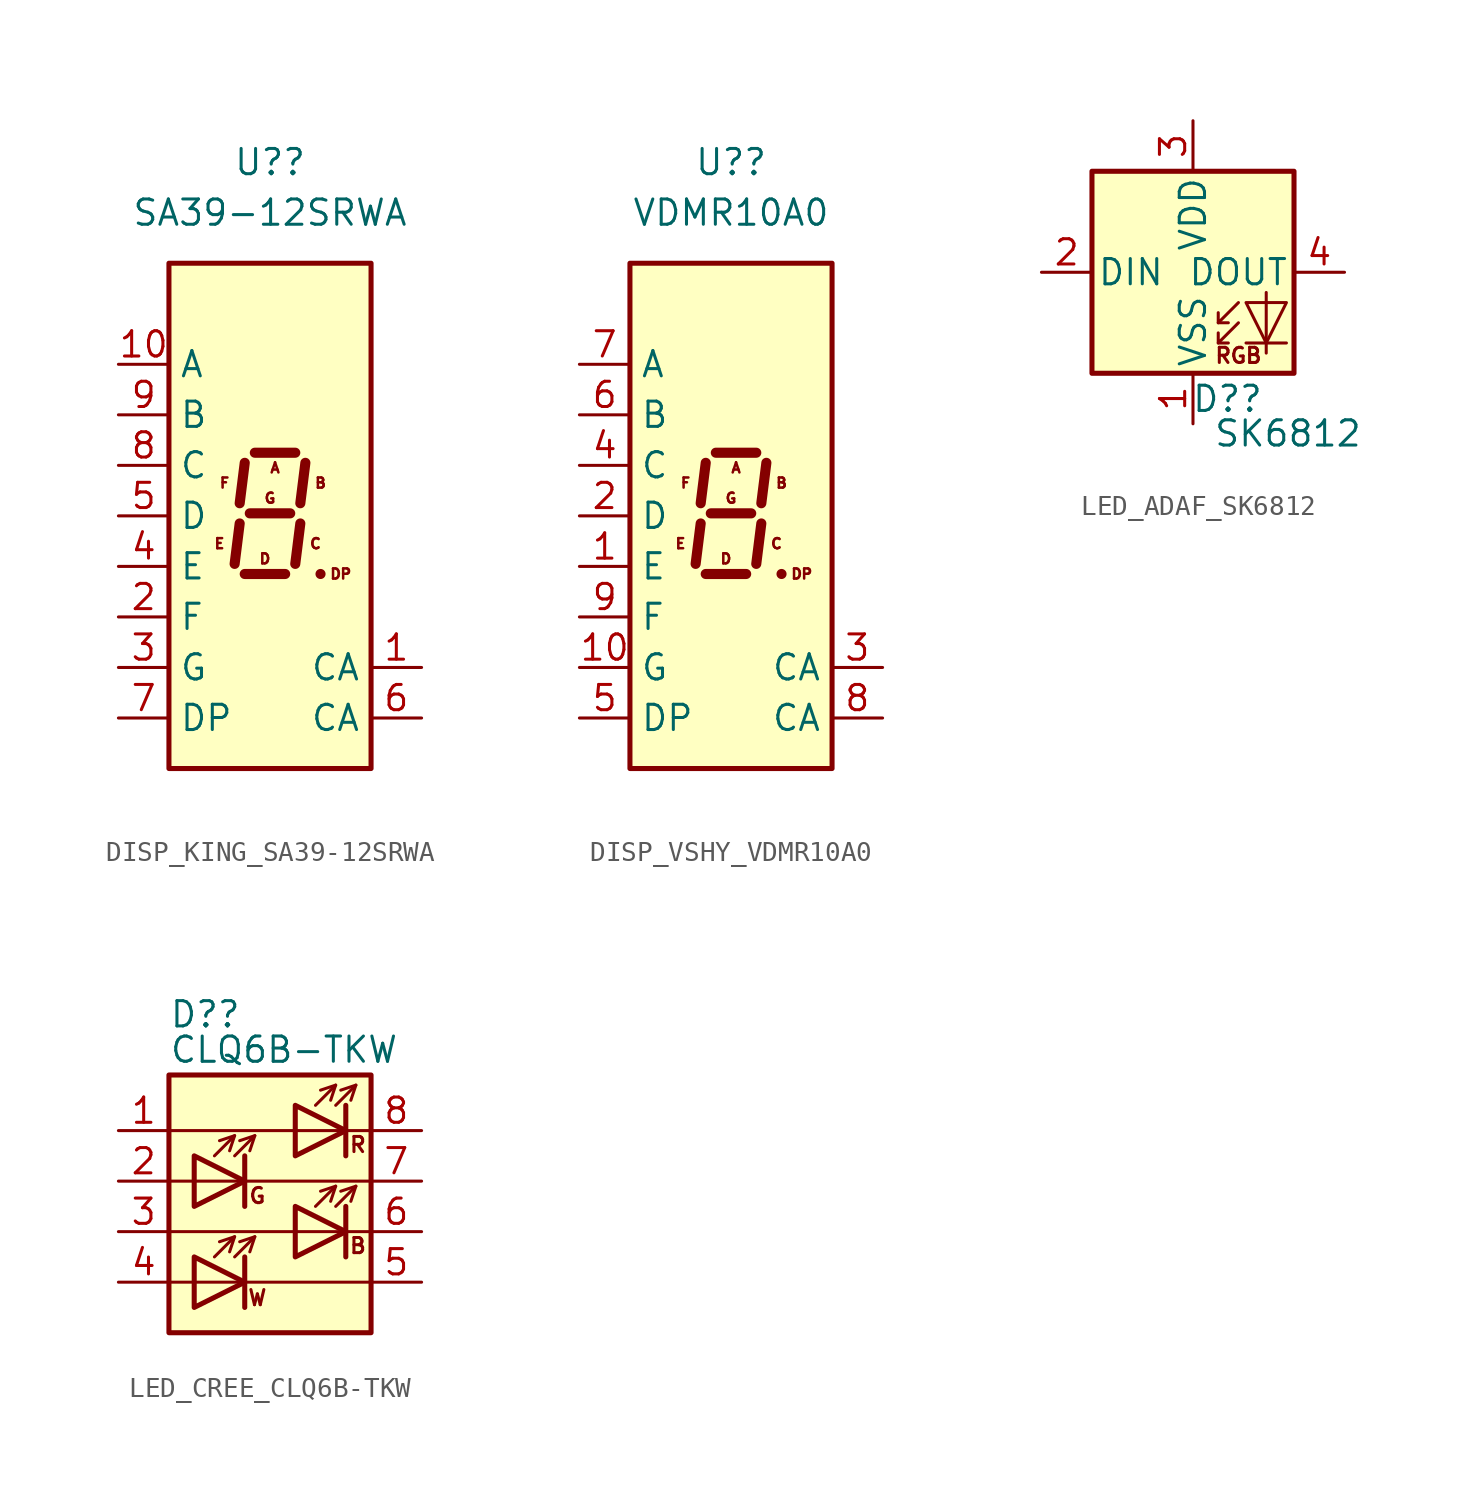
<source format=kicad_sym>
(kicad_symbol_lib
  (version 20231120)
  (generator "kicad_symbol_editor")
  (generator_version "8.0")
  (symbol "DISP_KING_SA39-12SRWA"
    (property "Reference" "U?"
      (at 0 17.78 0)
      (effects (font (size 1.27 1.27))))
    (property "Value" "SA39-12SRWA"
      (at 0 15.24 0)
      (effects (font (size 1.27 1.27))))
    (symbol "DISP_KING_SA39-12SRWA_1_0"
      (text "A" (at 0.254 2.413 0) (effects (font (size 0.508 0.508))))
      (text "B" (at 2.54 1.651 0) (effects (font (size 0.508 0.508))))
      (text "C" (at 2.286 -1.397 0) (effects (font (size 0.508 0.508))))
      (text "D" (at -0.254 -2.159 0) (effects (font (size 0.508 0.508))))
      (text "DP" (at 3.556 -2.921 0) (effects (font (size 0.508 0.508))))
      (text "E" (at -2.54 -1.397 0) (effects (font (size 0.508 0.508))))
      (text "F" (at -2.286 1.651 0) (effects (font (size 0.508 0.508))))
      (text "G" (at 0 0.889 0) (effects (font (size 0.508 0.508)))))
    (symbol "DISP_KING_SA39-12SRWA_1_1"
      (rectangle (start -5.08 12.7) (end 5.08 -12.7) (stroke (width 0.254) (type default)) (fill (type background)))
      (polyline (pts (xy -1.524 -0.381) (xy -1.778 -2.413)) (stroke (width 0.508) (type default)) (fill (type none)))
      (polyline (pts (xy -1.27 -2.921) (xy 0.762 -2.921)) (stroke (width 0.508) (type default)) (fill (type none)))
      (polyline (pts (xy -1.27 2.667) (xy -1.524 0.635)) (stroke (width 0.508) (type default)) (fill (type none)))
      (polyline (pts (xy -1.016 0.127) (xy 1.016 0.127)) (stroke (width 0.508) (type default)) (fill (type none)))
      (polyline (pts (xy -0.762 3.175) (xy 1.27 3.175)) (stroke (width 0.508) (type default)) (fill (type none)))
      (polyline (pts (xy 1.524 -0.381) (xy 1.27 -2.413)) (stroke (width 0.508) (type default)) (fill (type none)))
      (polyline (pts (xy 1.778 2.667) (xy 1.524 0.635)) (stroke (width 0.508) (type default)) (fill (type none)))
      (polyline (pts (xy 2.54 -2.921) (xy 2.54 -2.921)) (stroke (width 0.508) (type default)) (fill (type none)))
      (pin input line (at 7.62 -7.62 180) (length 2.54) (name "CA" (effects (font (size 1.27 1.27)))) (number "1" (effects (font (size 1.27 1.27)))))
      (pin input line (at -7.62 7.62 0) (length 2.54) (name "A" (effects (font (size 1.27 1.27)))) (number "10" (effects (font (size 1.27 1.27)))))
      (pin input line (at -7.62 -5.08 0) (length 2.54) (name "F" (effects (font (size 1.27 1.27)))) (number "2" (effects (font (size 1.27 1.27)))))
      (pin input line (at -7.62 -7.62 0) (length 2.54) (name "G" (effects (font (size 1.27 1.27)))) (number "3" (effects (font (size 1.27 1.27)))))
      (pin input line (at -7.62 -2.54 0) (length 2.54) (name "E" (effects (font (size 1.27 1.27)))) (number "4" (effects (font (size 1.27 1.27)))))
      (pin input line (at -7.62 0 0) (length 2.54) (name "D" (effects (font (size 1.27 1.27)))) (number "5" (effects (font (size 1.27 1.27)))))
      (pin input line (at 7.62 -10.16 180) (length 2.54) (name "CA" (effects (font (size 1.27 1.27)))) (number "6" (effects (font (size 1.27 1.27)))))
      (pin input line (at -7.62 -10.16 0) (length 2.54) (name "DP" (effects (font (size 1.27 1.27)))) (number "7" (effects (font (size 1.27 1.27)))))
      (pin input line (at -7.62 2.54 0) (length 2.54) (name "C" (effects (font (size 1.27 1.27)))) (number "8" (effects (font (size 1.27 1.27)))))
      (pin input line (at -7.62 5.08 0) (length 2.54) (name "B" (effects (font (size 1.27 1.27)))) (number "9" (effects (font (size 1.27 1.27)))))))
  (symbol "DISP_VSHY_VDMR10A0"
    (property "Reference" "U?"
      (at 0 17.78 0)
      (effects (font (size 1.27 1.27))))
    (property "Value" "VDMR10A0"
      (at 0 15.24 0)
      (effects (font (size 1.27 1.27))))
    (symbol "DISP_VSHY_VDMR10A0_1_0"
      (text "A" (at 0.254 2.413 0) (effects (font (size 0.508 0.508))))
      (text "B" (at 2.54 1.651 0) (effects (font (size 0.508 0.508))))
      (text "C" (at 2.286 -1.397 0) (effects (font (size 0.508 0.508))))
      (text "D" (at -0.254 -2.159 0) (effects (font (size 0.508 0.508))))
      (text "DP" (at 3.556 -2.921 0) (effects (font (size 0.508 0.508))))
      (text "E" (at -2.54 -1.397 0) (effects (font (size 0.508 0.508))))
      (text "F" (at -2.286 1.651 0) (effects (font (size 0.508 0.508))))
      (text "G" (at 0 0.889 0) (effects (font (size 0.508 0.508)))))
    (symbol "DISP_VSHY_VDMR10A0_1_1"
      (rectangle (start -5.08 12.7) (end 5.08 -12.7) (stroke (width 0.254) (type default)) (fill (type background)))
      (polyline (pts (xy -1.524 -0.381) (xy -1.778 -2.413)) (stroke (width 0.508) (type default)) (fill (type none)))
      (polyline (pts (xy -1.27 -2.921) (xy 0.762 -2.921)) (stroke (width 0.508) (type default)) (fill (type none)))
      (polyline (pts (xy -1.27 2.667) (xy -1.524 0.635)) (stroke (width 0.508) (type default)) (fill (type none)))
      (polyline (pts (xy -1.016 0.127) (xy 1.016 0.127)) (stroke (width 0.508) (type default)) (fill (type none)))
      (polyline (pts (xy -0.762 3.175) (xy 1.27 3.175)) (stroke (width 0.508) (type default)) (fill (type none)))
      (polyline (pts (xy 1.524 -0.381) (xy 1.27 -2.413)) (stroke (width 0.508) (type default)) (fill (type none)))
      (polyline (pts (xy 1.778 2.667) (xy 1.524 0.635)) (stroke (width 0.508) (type default)) (fill (type none)))
      (polyline (pts (xy 2.54 -2.921) (xy 2.54 -2.921)) (stroke (width 0.508) (type default)) (fill (type none)))
      (pin input line (at -7.62 -2.54 0) (length 2.54) (name "E" (effects (font (size 1.27 1.27)))) (number "1" (effects (font (size 1.27 1.27)))))
      (pin input line (at -7.62 -7.62 0) (length 2.54) (name "G" (effects (font (size 1.27 1.27)))) (number "10" (effects (font (size 1.27 1.27)))))
      (pin input line (at -7.62 0 0) (length 2.54) (name "D" (effects (font (size 1.27 1.27)))) (number "2" (effects (font (size 1.27 1.27)))))
      (pin input line (at 7.62 -7.62 180) (length 2.54) (name "CA" (effects (font (size 1.27 1.27)))) (number "3" (effects (font (size 1.27 1.27)))))
      (pin input line (at -7.62 2.54 0) (length 2.54) (name "C" (effects (font (size 1.27 1.27)))) (number "4" (effects (font (size 1.27 1.27)))))
      (pin input line (at -7.62 -10.16 0) (length 2.54) (name "DP" (effects (font (size 1.27 1.27)))) (number "5" (effects (font (size 1.27 1.27)))))
      (pin input line (at -7.62 5.08 0) (length 2.54) (name "B" (effects (font (size 1.27 1.27)))) (number "6" (effects (font (size 1.27 1.27)))))
      (pin input line (at -7.62 7.62 0) (length 2.54) (name "A" (effects (font (size 1.27 1.27)))) (number "7" (effects (font (size 1.27 1.27)))))
      (pin input line (at 7.62 -10.16 180) (length 2.54) (name "CA" (effects (font (size 1.27 1.27)))) (number "8" (effects (font (size 1.27 1.27)))))
      (pin input line (at -7.62 -5.08 0) (length 2.54) (name "F" (effects (font (size 1.27 1.27)))) (number "9" (effects (font (size 1.27 1.27)))))))
  (symbol "LED_ADAF_SK6812"
    (pin_names
      (offset 0.254))
    (property "Reference" "D?"
      (at 3.556 -7.112 0)
      (effects (font (size 1.27 1.27)) (justify right bottom)))
    (property "Value" "SK6812"
      (at 1.016 -7.366 0)
      (effects (font (size 1.27 1.27)) (justify left top)))
    (symbol "LED_ADAF_SK6812_0_0"
      (text "RGB" (at 2.286 -4.191 0) (effects (font (size 0.762 0.762)))))
    (symbol "LED_ADAF_SK6812_0_1"
      (rectangle (start -5.08 5.08) (end 5.08 -5.08) (stroke (width 0.254) (type default)) (fill (type background)))
      (polyline (pts (xy 1.27 -3.556) (xy 1.778 -3.556)) (stroke (width 0) (type default)) (fill (type none)))
      (polyline (pts (xy 1.27 -2.54) (xy 1.778 -2.54)) (stroke (width 0) (type default)) (fill (type none)))
      (polyline (pts (xy 4.699 -3.556) (xy 2.667 -3.556)) (stroke (width 0) (type default)) (fill (type none)))
      (polyline (pts (xy 2.286 -2.54) (xy 1.27 -3.556) (xy 1.27 -3.048)) (stroke (width 0) (type default)) (fill (type none)))
      (polyline (pts (xy 2.286 -1.524) (xy 1.27 -2.54) (xy 1.27 -2.032)) (stroke (width 0) (type default)) (fill (type none)))
      (polyline (pts (xy 3.683 -1.016) (xy 3.683 -3.556) (xy 3.683 -4.064)) (stroke (width 0) (type default)) (fill (type none)))
      (polyline (pts (xy 4.699 -1.524) (xy 2.667 -1.524) (xy 3.683 -3.556) (xy 4.699 -1.524)) (stroke (width 0) (type default)) (fill (type none))))
    (symbol "LED_ADAF_SK6812_1_1"
      (pin power_in line (at 0 -7.62 90) (length 2.54) (name "VSS" (effects (font (size 1.27 1.27)))) (number "1" (effects (font (size 1.27 1.27)))))
      (pin input line (at -7.62 0 0) (length 2.54) (name "DIN" (effects (font (size 1.27 1.27)))) (number "2" (effects (font (size 1.27 1.27)))))
      (pin power_in line (at 0 7.62 270) (length 2.54) (name "VDD" (effects (font (size 1.27 1.27)))) (number "3" (effects (font (size 1.27 1.27)))))
      (pin output line (at 7.62 0 180) (length 2.54) (name "DOUT" (effects (font (size 1.27 1.27)))) (number "4" (effects (font (size 1.27 1.27)))))))
  (symbol "LED_CREE_CLQ6B-TKW"
    (pin_names hide)
    (property "Reference" "D?"
      (at -5.08 10.922 0)
      (effects (font (size 1.27 1.27)) (justify left)))
    (property "Value" "CLQ6B-TKW"
      (at -5.08 9.144 0)
      (effects (font (size 1.27 1.27)) (justify left)))
    (symbol "LED_CREE_CLQ6B-TKW_0_0"
      (text "B" (at 4.42 -0.711 0) (effects (font (size 0.762 0.762))))
      (text "G" (at -0.635 1.803 0) (effects (font (size 0.762 0.762))))
      (text "R" (at 4.42 4.369 0) (effects (font (size 0.762 0.762))))
      (text "W" (at -0.635 -3.327 0) (effects (font (size 0.762 0.762)))))
    (symbol "LED_CREE_CLQ6B-TKW_0_1"
      (rectangle (start -5.08 7.874) (end 5.08 -5.08) (stroke (width 0.254) (type default)) (fill (type background)))
      (polyline (pts (xy -5.08 -2.54) (xy 5.08 -2.54)) (stroke (width 0) (type default)) (fill (type none)))
      (polyline (pts (xy -5.08 0) (xy 5.08 0)) (stroke (width 0) (type default)) (fill (type none)))
      (polyline (pts (xy -5.08 2.54) (xy 5.08 2.54)) (stroke (width 0) (type default)) (fill (type none)))
      (polyline (pts (xy -5.08 5.08) (xy 5.08 5.08)) (stroke (width 0) (type default)) (fill (type none)))
      (polyline (pts (xy -2.794 -1.27) (xy -1.778 -0.254)) (stroke (width 0) (type default)) (fill (type none)))
      (polyline (pts (xy -2.794 3.81) (xy -1.778 4.826)) (stroke (width 0) (type default)) (fill (type none)))
      (polyline (pts (xy -1.778 -1.27) (xy -0.762 -0.254)) (stroke (width 0) (type default)) (fill (type none)))
      (polyline (pts (xy -1.778 3.81) (xy -0.762 4.826)) (stroke (width 0) (type default)) (fill (type none)))
      (polyline (pts (xy -1.27 -1.27) (xy -1.27 -3.81)) (stroke (width 0.254) (type default)) (fill (type none)))
      (polyline (pts (xy -1.27 3.81) (xy -1.27 1.27)) (stroke (width 0.254) (type default)) (fill (type none)))
      (polyline (pts (xy 2.286 1.27) (xy 3.302 2.286)) (stroke (width 0) (type default)) (fill (type none)))
      (polyline (pts (xy 2.286 6.35) (xy 3.302 7.366)) (stroke (width 0) (type default)) (fill (type none)))
      (polyline (pts (xy 3.302 1.27) (xy 4.318 2.286)) (stroke (width 0) (type default)) (fill (type none)))
      (polyline (pts (xy 3.302 6.35) (xy 4.318 7.366)) (stroke (width 0) (type default)) (fill (type none)))
      (polyline (pts (xy 3.81 1.27) (xy 3.81 -1.27)) (stroke (width 0.254) (type default)) (fill (type none)))
      (polyline (pts (xy 3.81 6.35) (xy 3.81 3.81)) (stroke (width 0.254) (type default)) (fill (type none)))
      (polyline (pts (xy -2.032 -1.016) (xy -1.778 -0.254) (xy -2.54 -0.508)) (stroke (width 0) (type default)) (fill (type none)))
      (polyline (pts (xy -2.032 4.064) (xy -1.778 4.826) (xy -2.54 4.572)) (stroke (width 0) (type default)) (fill (type none)))
      (polyline (pts (xy -1.524 -0.508) (xy -0.762 -0.254) (xy -1.016 -1.016)) (stroke (width 0) (type default)) (fill (type none)))
      (polyline (pts (xy -1.524 4.572) (xy -0.762 4.826) (xy -1.016 4.064)) (stroke (width 0) (type default)) (fill (type none)))
      (polyline (pts (xy 3.048 1.524) (xy 3.302 2.286) (xy 2.54 2.032)) (stroke (width 0) (type default)) (fill (type none)))
      (polyline (pts (xy 3.048 6.604) (xy 3.302 7.366) (xy 2.54 7.112)) (stroke (width 0) (type default)) (fill (type none)))
      (polyline (pts (xy 3.556 2.032) (xy 4.318 2.286) (xy 4.064 1.524)) (stroke (width 0) (type default)) (fill (type none)))
      (polyline (pts (xy 3.556 7.112) (xy 4.318 7.366) (xy 4.064 6.604)) (stroke (width 0) (type default)) (fill (type none)))
      (polyline (pts (xy -3.81 -1.27) (xy -3.81 -3.81) (xy -1.27 -2.54) (xy -3.81 -1.27)) (stroke (width 0.254) (type default)) (fill (type none)))
      (polyline (pts (xy -3.81 3.81) (xy -3.81 1.27) (xy -1.27 2.54) (xy -3.81 3.81)) (stroke (width 0.254) (type default)) (fill (type none)))
      (polyline (pts (xy 1.27 1.27) (xy 1.27 -1.27) (xy 3.81 0) (xy 1.27 1.27)) (stroke (width 0.254) (type default)) (fill (type none)))
      (polyline (pts (xy 1.27 6.35) (xy 1.27 3.81) (xy 3.81 5.08) (xy 1.27 6.35)) (stroke (width 0.254) (type default)) (fill (type none))))
    (symbol "LED_CREE_CLQ6B-TKW_1_1"
      (pin passive line (at -7.62 5.08 0) (length 2.54) (name "AB" (effects (font (size 1.27 1.27)))) (number "1" (effects (font (size 1.27 1.27)))))
      (pin passive line (at -7.62 2.54 0) (length 2.54) (name "KB" (effects (font (size 1.27 1.27)))) (number "2" (effects (font (size 1.27 1.27)))))
      (pin passive line (at -7.62 0 0) (length 2.54) (name "AR" (effects (font (size 1.27 1.27)))) (number "3" (effects (font (size 1.27 1.27)))))
      (pin passive line (at -7.62 -2.54 0) (length 2.54) (name "KR" (effects (font (size 1.27 1.27)))) (number "4" (effects (font (size 1.27 1.27)))))
      (pin passive line (at 7.62 -2.54 180) (length 2.54) (name "AG" (effects (font (size 1.27 1.27)))) (number "5" (effects (font (size 1.27 1.27)))))
      (pin passive line (at 7.62 0 180) (length 2.54) (name "KR" (effects (font (size 1.27 1.27)))) (number "6" (effects (font (size 1.27 1.27)))))
      (pin passive line (at 7.62 2.54 180) (length 2.54) (name "AG" (effects (font (size 1.27 1.27)))) (number "7" (effects (font (size 1.27 1.27)))))
      (pin passive line (at 7.62 5.08 180) (length 2.54) (name "KR" (effects (font (size 1.27 1.27)))) (number "8" (effects (font (size 1.27 1.27))))))))
</source>
